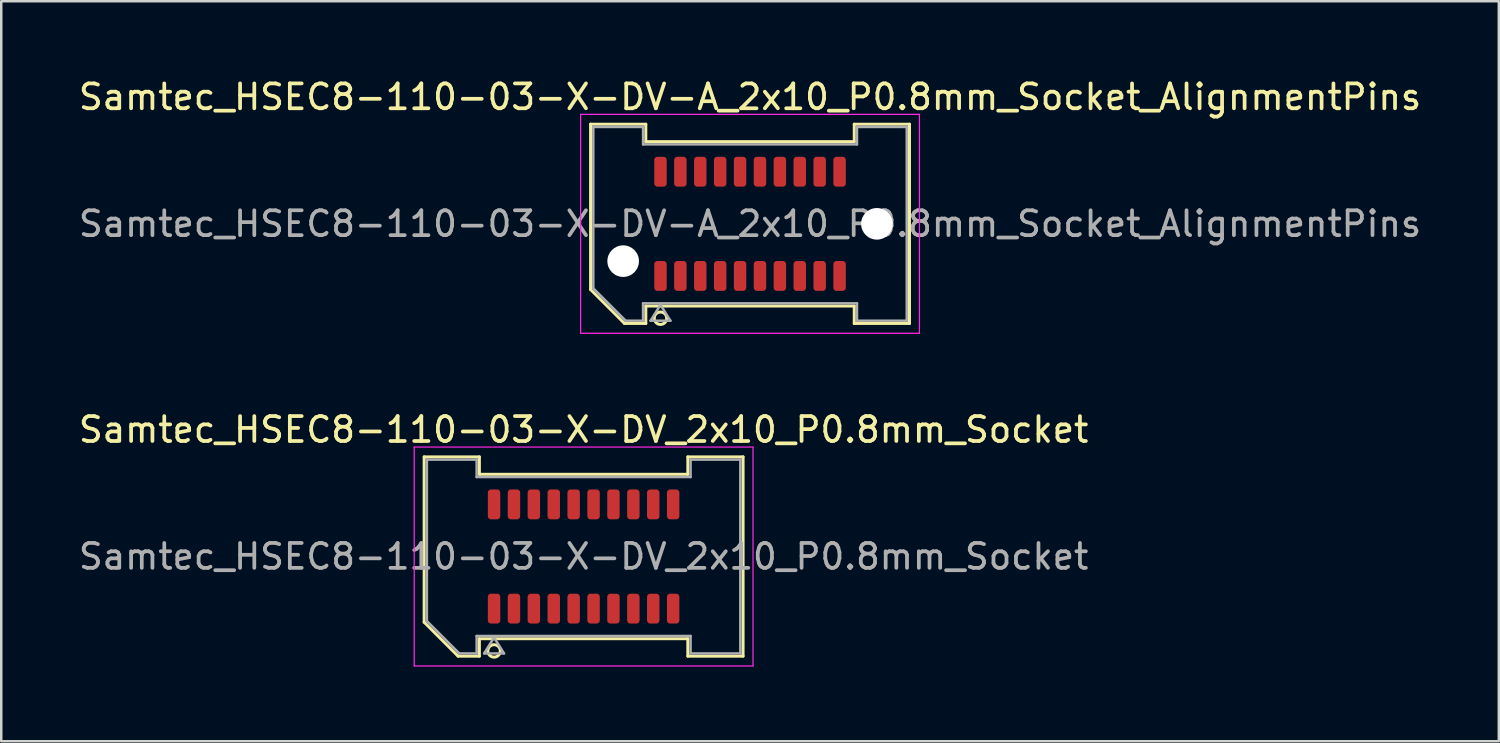
<source format=kicad_pcb>
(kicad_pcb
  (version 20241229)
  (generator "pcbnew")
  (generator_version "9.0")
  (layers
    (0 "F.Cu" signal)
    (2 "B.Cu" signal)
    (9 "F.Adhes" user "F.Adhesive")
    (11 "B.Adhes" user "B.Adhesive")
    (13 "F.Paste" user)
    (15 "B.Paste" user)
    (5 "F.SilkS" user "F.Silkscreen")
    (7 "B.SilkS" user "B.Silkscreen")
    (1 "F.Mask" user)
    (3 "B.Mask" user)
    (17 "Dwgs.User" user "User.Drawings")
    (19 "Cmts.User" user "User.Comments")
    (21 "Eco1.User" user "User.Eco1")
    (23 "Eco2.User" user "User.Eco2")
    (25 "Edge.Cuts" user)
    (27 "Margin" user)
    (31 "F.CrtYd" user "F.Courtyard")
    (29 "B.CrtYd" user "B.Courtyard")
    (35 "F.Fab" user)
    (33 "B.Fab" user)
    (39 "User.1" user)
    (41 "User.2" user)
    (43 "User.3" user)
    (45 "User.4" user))
  (footprint "Samtec_HSEC8-110-03-X-DV-A_2x10_P0.8mm_Socket_AlignmentPins"
    (layer "F.Cu")
    (at 27.101 5.948)
    (property "Reference" "Samtec_HSEC8-110-03-X-DV-A_2x10_P0.8mm_Socket_AlignmentPins" (at 0 -5.1 0) (layer "F.SilkS") (effects (font (size 1 1) (thickness 0.15))))
    (attr smd)
    (fp_line (start -6.41 -4.005) (end -4.19 -4.005) (stroke (width 0.12) (type solid)) (layer "F.SilkS"))
    (fp_line (start -6.41 2.641) (end -6.41 -4.005) (stroke (width 0.12) (type solid)) (layer "F.SilkS"))
    (fp_line (start -5.046 4.005) (end -6.41 2.641) (stroke (width 0.12) (type solid)) (layer "F.SilkS"))
    (fp_line (start -4.19 -4.005) (end -4.19 -3.305) (stroke (width 0.12) (type solid)) (layer "F.SilkS"))
    (fp_line (start -4.19 -3.305) (end 4.19 -3.305) (stroke (width 0.12) (type solid)) (layer "F.SilkS"))
    (fp_line (start -4.19 3.305) (end -4.19 4.005) (stroke (width 0.12) (type solid)) (layer "F.SilkS"))
    (fp_line (start -4.19 4.005) (end -5.046 4.005) (stroke (width 0.12) (type solid)) (layer "F.SilkS"))
    (fp_line (start 4.19 -4.005) (end 6.41 -4.005) (stroke (width 0.12) (type solid)) (layer "F.SilkS"))
    (fp_line (start 4.19 -3.305) (end 4.19 -4.005) (stroke (width 0.12) (type solid)) (layer "F.SilkS"))
    (fp_line (start 4.19 3.305) (end -4.19 3.305) (stroke (width 0.12) (type solid)) (layer "F.SilkS"))
    (fp_line (start 4.19 4.005) (end 4.19 3.305) (stroke (width 0.12) (type solid)) (layer "F.SilkS"))
    (fp_line (start 6.41 -4.005) (end 6.41 4.005) (stroke (width 0.12) (type solid)) (layer "F.SilkS"))
    (fp_line (start 6.41 4.005) (end 4.19 4.005) (stroke (width 0.12) (type solid)) (layer "F.SilkS"))
    (fp_circle (center -3.6 3.795) (end -3.35 3.795) (stroke (width 0.12) (type solid)) (fill no) (layer "F.SilkS"))
    (fp_line (start -6.81 -4.4) (end -6.81 4.4) (stroke (width 0.05) (type solid)) (layer "F.CrtYd"))
    (fp_line (start -6.81 4.4) (end 6.81 4.4) (stroke (width 0.05) (type solid)) (layer "F.CrtYd"))
    (fp_line (start 6.81 -4.4) (end -6.81 -4.4) (stroke (width 0.05) (type solid)) (layer "F.CrtYd"))
    (fp_line (start 6.81 4.4) (end 6.81 -4.4) (stroke (width 0.05) (type solid)) (layer "F.CrtYd"))
    (fp_line (start -6.3 -3.895) (end -4.3 -3.895) (stroke (width 0.1) (type solid)) (layer "F.Fab"))
    (fp_line (start -6.3 2.595) (end -6.3 -3.895) (stroke (width 0.1) (type solid)) (layer "F.Fab"))
    (fp_line (start -5 3.895) (end -6.3 2.595) (stroke (width 0.1) (type solid)) (layer "F.Fab"))
    (fp_line (start -4.3 -3.895) (end -4.3 -3.195) (stroke (width 0.1) (type solid)) (layer "F.Fab"))
    (fp_line (start -4.3 -3.195) (end 4.3 -3.195) (stroke (width 0.1) (type solid)) (layer "F.Fab"))
    (fp_line (start -4.3 3.195) (end -4.3 3.895) (stroke (width 0.1) (type solid)) (layer "F.Fab"))
    (fp_line (start -4.3 3.895) (end -5 3.895) (stroke (width 0.1) (type solid)) (layer "F.Fab"))
    (fp_line (start -4 3.895) (end -3.6 3.255) (stroke (width 0.1) (type solid)) (layer "F.Fab"))
    (fp_line (start -3.6 3.255) (end -3.2 3.895) (stroke (width 0.1) (type solid)) (layer "F.Fab"))
    (fp_line (start -3.2 3.895) (end -4 3.895) (stroke (width 0.1) (type solid)) (layer "F.Fab"))
    (fp_line (start 4.3 -3.895) (end 6.3 -3.895) (stroke (width 0.1) (type solid)) (layer "F.Fab"))
    (fp_line (start 4.3 -3.195) (end 4.3 -3.895) (stroke (width 0.1) (type solid)) (layer "F.Fab"))
    (fp_line (start 4.3 3.195) (end -4.3 3.195) (stroke (width 0.1) (type solid)) (layer "F.Fab"))
    (fp_line (start 4.3 3.895) (end 4.3 3.195) (stroke (width 0.1) (type solid)) (layer "F.Fab"))
    (fp_line (start 6.3 -3.895) (end 6.3 3.895) (stroke (width 0.1) (type solid)) (layer "F.Fab"))
    (fp_line (start 6.3 3.895) (end 4.3 3.895) (stroke (width 0.1) (type solid)) (layer "F.Fab"))
    (fp_text user "${REFERENCE}" (at 0 0 0) (layer "F.Fab") (effects (font (size 1 1) (thickness 0.15))))
    (pad "" np_thru_hole circle (at -5.1 1.5) (size 1.27 1.27) (drill 1.27) (layers "*.Cu" "*.Mask"))
    (pad "" np_thru_hole circle (at 5.1 0) (size 1.27 1.27) (drill 1.27) (layers "*.Cu" "*.Mask"))
    (pad "1" smd roundrect (at -3.6 2.095) (size 0.5 1.2) (layers "F.Cu" "F.Mask" "F.Paste") (roundrect_rratio 0.25))
    (pad "2" smd roundrect (at -3.6 -2.095) (size 0.5 1.2) (layers "F.Cu" "F.Mask" "F.Paste") (roundrect_rratio 0.25))
    (pad "3" smd roundrect (at -2.8 2.095) (size 0.5 1.2) (layers "F.Cu" "F.Mask" "F.Paste") (roundrect_rratio 0.25))
    (pad "4" smd roundrect (at -2.8 -2.095) (size 0.5 1.2) (layers "F.Cu" "F.Mask" "F.Paste") (roundrect_rratio 0.25))
    (pad "5" smd roundrect (at -2 2.095) (size 0.5 1.2) (layers "F.Cu" "F.Mask" "F.Paste") (roundrect_rratio 0.25))
    (pad "6" smd roundrect (at -2 -2.095) (size 0.5 1.2) (layers "F.Cu" "F.Mask" "F.Paste") (roundrect_rratio 0.25))
    (pad "7" smd roundrect (at -1.2 2.095) (size 0.5 1.2) (layers "F.Cu" "F.Mask" "F.Paste") (roundrect_rratio 0.25))
    (pad "8" smd roundrect (at -1.2 -2.095) (size 0.5 1.2) (layers "F.Cu" "F.Mask" "F.Paste") (roundrect_rratio 0.25))
    (pad "9" smd roundrect (at -0.4 2.095) (size 0.5 1.2) (layers "F.Cu" "F.Mask" "F.Paste") (roundrect_rratio 0.25))
    (pad "10" smd roundrect (at -0.4 -2.095) (size 0.5 1.2) (layers "F.Cu" "F.Mask" "F.Paste") (roundrect_rratio 0.25))
    (pad "11" smd roundrect (at 0.4 2.095) (size 0.5 1.2) (layers "F.Cu" "F.Mask" "F.Paste") (roundrect_rratio 0.25))
    (pad "12" smd roundrect (at 0.4 -2.095) (size 0.5 1.2) (layers "F.Cu" "F.Mask" "F.Paste") (roundrect_rratio 0.25))
    (pad "13" smd roundrect (at 1.2 2.095) (size 0.5 1.2) (layers "F.Cu" "F.Mask" "F.Paste") (roundrect_rratio 0.25))
    (pad "14" smd roundrect (at 1.2 -2.095) (size 0.5 1.2) (layers "F.Cu" "F.Mask" "F.Paste") (roundrect_rratio 0.25))
    (pad "15" smd roundrect (at 2 2.095) (size 0.5 1.2) (layers "F.Cu" "F.Mask" "F.Paste") (roundrect_rratio 0.25))
    (pad "16" smd roundrect (at 2 -2.095) (size 0.5 1.2) (layers "F.Cu" "F.Mask" "F.Paste") (roundrect_rratio 0.25))
    (pad "17" smd roundrect (at 2.8 2.095) (size 0.5 1.2) (layers "F.Cu" "F.Mask" "F.Paste") (roundrect_rratio 0.25))
    (pad "18" smd roundrect (at 2.8 -2.095) (size 0.5 1.2) (layers "F.Cu" "F.Mask" "F.Paste") (roundrect_rratio 0.25))
    (pad "19" smd roundrect (at 3.6 2.095) (size 0.5 1.2) (layers "F.Cu" "F.Mask" "F.Paste") (roundrect_rratio 0.25))
    (pad "20" smd roundrect (at 3.6 -2.095) (size 0.5 1.2) (layers "F.Cu" "F.Mask" "F.Paste") (roundrect_rratio 0.25)))
  (footprint "Samtec_HSEC8-110-03-X-DV_2x10_P0.8mm_Socket"
    (layer "F.Cu")
    (at 20.411 19.322)
    (property "Reference" "Samtec_HSEC8-110-03-X-DV_2x10_P0.8mm_Socket" (at 0 -5.1 0) (layer "F.SilkS") (effects (font (size 1 1) (thickness 0.15))))
    (attr smd)
    (fp_line (start -6.41 -4.005) (end -4.19 -4.005) (stroke (width 0.12) (type solid)) (layer "F.SilkS"))
    (fp_line (start -6.41 2.641) (end -6.41 -4.005) (stroke (width 0.12) (type solid)) (layer "F.SilkS"))
    (fp_line (start -5.046 4.005) (end -6.41 2.641) (stroke (width 0.12) (type solid)) (layer "F.SilkS"))
    (fp_line (start -4.19 -4.005) (end -4.19 -3.305) (stroke (width 0.12) (type solid)) (layer "F.SilkS"))
    (fp_line (start -4.19 -3.305) (end 4.19 -3.305) (stroke (width 0.12) (type solid)) (layer "F.SilkS"))
    (fp_line (start -4.19 3.305) (end -4.19 4.005) (stroke (width 0.12) (type solid)) (layer "F.SilkS"))
    (fp_line (start -4.19 4.005) (end -5.046 4.005) (stroke (width 0.12) (type solid)) (layer "F.SilkS"))
    (fp_line (start 4.19 -4.005) (end 6.41 -4.005) (stroke (width 0.12) (type solid)) (layer "F.SilkS"))
    (fp_line (start 4.19 -3.305) (end 4.19 -4.005) (stroke (width 0.12) (type solid)) (layer "F.SilkS"))
    (fp_line (start 4.19 3.305) (end -4.19 3.305) (stroke (width 0.12) (type solid)) (layer "F.SilkS"))
    (fp_line (start 4.19 4.005) (end 4.19 3.305) (stroke (width 0.12) (type solid)) (layer "F.SilkS"))
    (fp_line (start 6.41 -4.005) (end 6.41 4.005) (stroke (width 0.12) (type solid)) (layer "F.SilkS"))
    (fp_line (start 6.41 4.005) (end 4.19 4.005) (stroke (width 0.12) (type solid)) (layer "F.SilkS"))
    (fp_circle (center -3.6 3.795) (end -3.35 3.795) (stroke (width 0.12) (type solid)) (fill no) (layer "F.SilkS"))
    (fp_line (start -6.81 -4.4) (end -6.81 4.4) (stroke (width 0.05) (type solid)) (layer "F.CrtYd"))
    (fp_line (start -6.81 4.4) (end 6.81 4.4) (stroke (width 0.05) (type solid)) (layer "F.CrtYd"))
    (fp_line (start 6.81 -4.4) (end -6.81 -4.4) (stroke (width 0.05) (type solid)) (layer "F.CrtYd"))
    (fp_line (start 6.81 4.4) (end 6.81 -4.4) (stroke (width 0.05) (type solid)) (layer "F.CrtYd"))
    (fp_line (start -6.3 -3.895) (end -4.3 -3.895) (stroke (width 0.1) (type solid)) (layer "F.Fab"))
    (fp_line (start -6.3 2.595) (end -6.3 -3.895) (stroke (width 0.1) (type solid)) (layer "F.Fab"))
    (fp_line (start -5 3.895) (end -6.3 2.595) (stroke (width 0.1) (type solid)) (layer "F.Fab"))
    (fp_line (start -4.3 -3.895) (end -4.3 -3.195) (stroke (width 0.1) (type solid)) (layer "F.Fab"))
    (fp_line (start -4.3 -3.195) (end 4.3 -3.195) (stroke (width 0.1) (type solid)) (layer "F.Fab"))
    (fp_line (start -4.3 3.195) (end -4.3 3.895) (stroke (width 0.1) (type solid)) (layer "F.Fab"))
    (fp_line (start -4.3 3.895) (end -5 3.895) (stroke (width 0.1) (type solid)) (layer "F.Fab"))
    (fp_line (start -4 3.895) (end -3.6 3.255) (stroke (width 0.1) (type solid)) (layer "F.Fab"))
    (fp_line (start -3.6 3.255) (end -3.2 3.895) (stroke (width 0.1) (type solid)) (layer "F.Fab"))
    (fp_line (start -3.2 3.895) (end -4 3.895) (stroke (width 0.1) (type solid)) (layer "F.Fab"))
    (fp_line (start 4.3 -3.895) (end 6.3 -3.895) (stroke (width 0.1) (type solid)) (layer "F.Fab"))
    (fp_line (start 4.3 -3.195) (end 4.3 -3.895) (stroke (width 0.1) (type solid)) (layer "F.Fab"))
    (fp_line (start 4.3 3.195) (end -4.3 3.195) (stroke (width 0.1) (type solid)) (layer "F.Fab"))
    (fp_line (start 4.3 3.895) (end 4.3 3.195) (stroke (width 0.1) (type solid)) (layer "F.Fab"))
    (fp_line (start 6.3 -3.895) (end 6.3 3.895) (stroke (width 0.1) (type solid)) (layer "F.Fab"))
    (fp_line (start 6.3 3.895) (end 4.3 3.895) (stroke (width 0.1) (type solid)) (layer "F.Fab"))
    (fp_text user "${REFERENCE}" (at 0 0 0) (layer "F.Fab") (effects (font (size 1 1) (thickness 0.15))))
    (pad "1" smd roundrect (at -3.6 2.095) (size 0.5 1.2) (layers "F.Cu" "F.Mask" "F.Paste") (roundrect_rratio 0.25))
    (pad "2" smd roundrect (at -3.6 -2.095) (size 0.5 1.2) (layers "F.Cu" "F.Mask" "F.Paste") (roundrect_rratio 0.25))
    (pad "3" smd roundrect (at -2.8 2.095) (size 0.5 1.2) (layers "F.Cu" "F.Mask" "F.Paste") (roundrect_rratio 0.25))
    (pad "4" smd roundrect (at -2.8 -2.095) (size 0.5 1.2) (layers "F.Cu" "F.Mask" "F.Paste") (roundrect_rratio 0.25))
    (pad "5" smd roundrect (at -2 2.095) (size 0.5 1.2) (layers "F.Cu" "F.Mask" "F.Paste") (roundrect_rratio 0.25))
    (pad "6" smd roundrect (at -2 -2.095) (size 0.5 1.2) (layers "F.Cu" "F.Mask" "F.Paste") (roundrect_rratio 0.25))
    (pad "7" smd roundrect (at -1.2 2.095) (size 0.5 1.2) (layers "F.Cu" "F.Mask" "F.Paste") (roundrect_rratio 0.25))
    (pad "8" smd roundrect (at -1.2 -2.095) (size 0.5 1.2) (layers "F.Cu" "F.Mask" "F.Paste") (roundrect_rratio 0.25))
    (pad "9" smd roundrect (at -0.4 2.095) (size 0.5 1.2) (layers "F.Cu" "F.Mask" "F.Paste") (roundrect_rratio 0.25))
    (pad "10" smd roundrect (at -0.4 -2.095) (size 0.5 1.2) (layers "F.Cu" "F.Mask" "F.Paste") (roundrect_rratio 0.25))
    (pad "11" smd roundrect (at 0.4 2.095) (size 0.5 1.2) (layers "F.Cu" "F.Mask" "F.Paste") (roundrect_rratio 0.25))
    (pad "12" smd roundrect (at 0.4 -2.095) (size 0.5 1.2) (layers "F.Cu" "F.Mask" "F.Paste") (roundrect_rratio 0.25))
    (pad "13" smd roundrect (at 1.2 2.095) (size 0.5 1.2) (layers "F.Cu" "F.Mask" "F.Paste") (roundrect_rratio 0.25))
    (pad "14" smd roundrect (at 1.2 -2.095) (size 0.5 1.2) (layers "F.Cu" "F.Mask" "F.Paste") (roundrect_rratio 0.25))
    (pad "15" smd roundrect (at 2 2.095) (size 0.5 1.2) (layers "F.Cu" "F.Mask" "F.Paste") (roundrect_rratio 0.25))
    (pad "16" smd roundrect (at 2 -2.095) (size 0.5 1.2) (layers "F.Cu" "F.Mask" "F.Paste") (roundrect_rratio 0.25))
    (pad "17" smd roundrect (at 2.8 2.095) (size 0.5 1.2) (layers "F.Cu" "F.Mask" "F.Paste") (roundrect_rratio 0.25))
    (pad "18" smd roundrect (at 2.8 -2.095) (size 0.5 1.2) (layers "F.Cu" "F.Mask" "F.Paste") (roundrect_rratio 0.25))
    (pad "19" smd roundrect (at 3.6 2.095) (size 0.5 1.2) (layers "F.Cu" "F.Mask" "F.Paste") (roundrect_rratio 0.25))
    (pad "20" smd roundrect (at 3.6 -2.095) (size 0.5 1.2) (layers "F.Cu" "F.Mask" "F.Paste") (roundrect_rratio 0.25)))
  (gr_rect
    (start -3 -3)
    (end 57.202 26.747)
    (stroke (width 0.1) (type default))
    (fill no)
    (layer "Edge.Cuts")))
</source>
